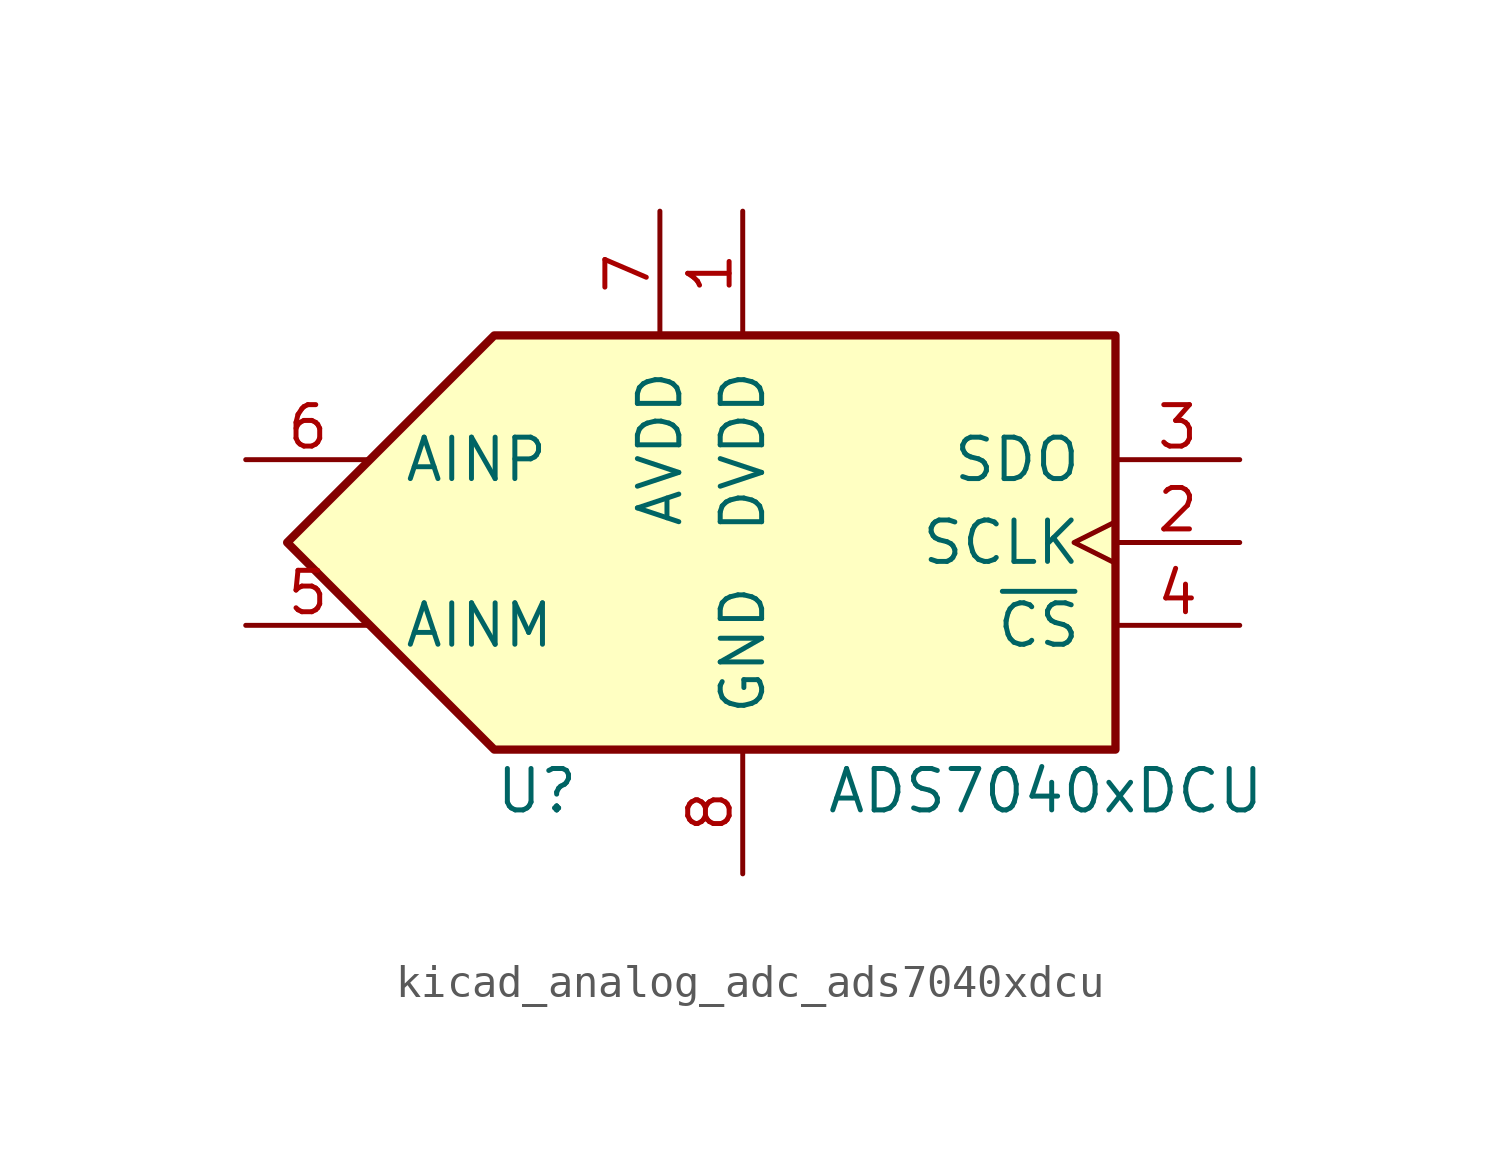
<source format=kicad_sym>
(kicad_symbol_lib
  (version 20220914)
  (generator kicad_symbol_editor)
  (symbol "kicad_analog_adc_ads7040xdcu"
    (pin_names
      (offset 1.016))
    (property "Reference" "U"
      (at -7.62 -7.62 0)
      (effects (font (size 1.27 1.27)) (justify left)))
    (property "Value" "ADS7040xDCU"
      (at 2.54 -7.62 0)
      (effects (font (size 1.27 1.27)) (justify left)))
    (symbol "kicad_analog_adc_ads7040xdcu_0_1"
      (polyline (pts (xy -13.97 0) (xy -7.62 6.35) (xy 11.43 6.35) (xy 11.43 -6.35) (xy -7.62 -6.35) (xy -13.97 0)) (stroke (width 0.254) (type default)) (fill (type background))))
    (symbol "kicad_analog_adc_ads7040xdcu_1_1"
      (pin power_in line (at 0 10.16 270) (length 3.81) (name "DVDD" (effects (font (size 1.27 1.27)))) (number "1" (effects (font (size 1.27 1.27)))))
      (pin input clock (at 15.24 0 180) (length 3.81) (name "SCLK" (effects (font (size 1.27 1.27)))) (number "2" (effects (font (size 1.27 1.27)))))
      (pin output line (at 15.24 2.54 180) (length 3.81) (name "SDO" (effects (font (size 1.27 1.27)))) (number "3" (effects (font (size 1.27 1.27)))))
      (pin input line (at 15.24 -2.54 180) (length 3.81) (name "~{CS}" (effects (font (size 1.27 1.27)))) (number "4" (effects (font (size 1.27 1.27)))))
      (pin input line (at -15.24 -2.54 0) (length 3.81) (name "AINM" (effects (font (size 1.27 1.27)))) (number "5" (effects (font (size 1.27 1.27)))))
      (pin input line (at -15.24 2.54 0) (length 3.81) (name "AINP" (effects (font (size 1.27 1.27)))) (number "6" (effects (font (size 1.27 1.27)))))
      (pin power_in line (at -2.54 10.16 270) (length 3.81) (name "AVDD" (effects (font (size 1.27 1.27)))) (number "7" (effects (font (size 1.27 1.27)))))
      (pin power_in line (at 0 -10.16 90) (length 3.81) (name "GND" (effects (font (size 1.27 1.27)))) (number "8" (effects (font (size 1.27 1.27))))))))
</source>
